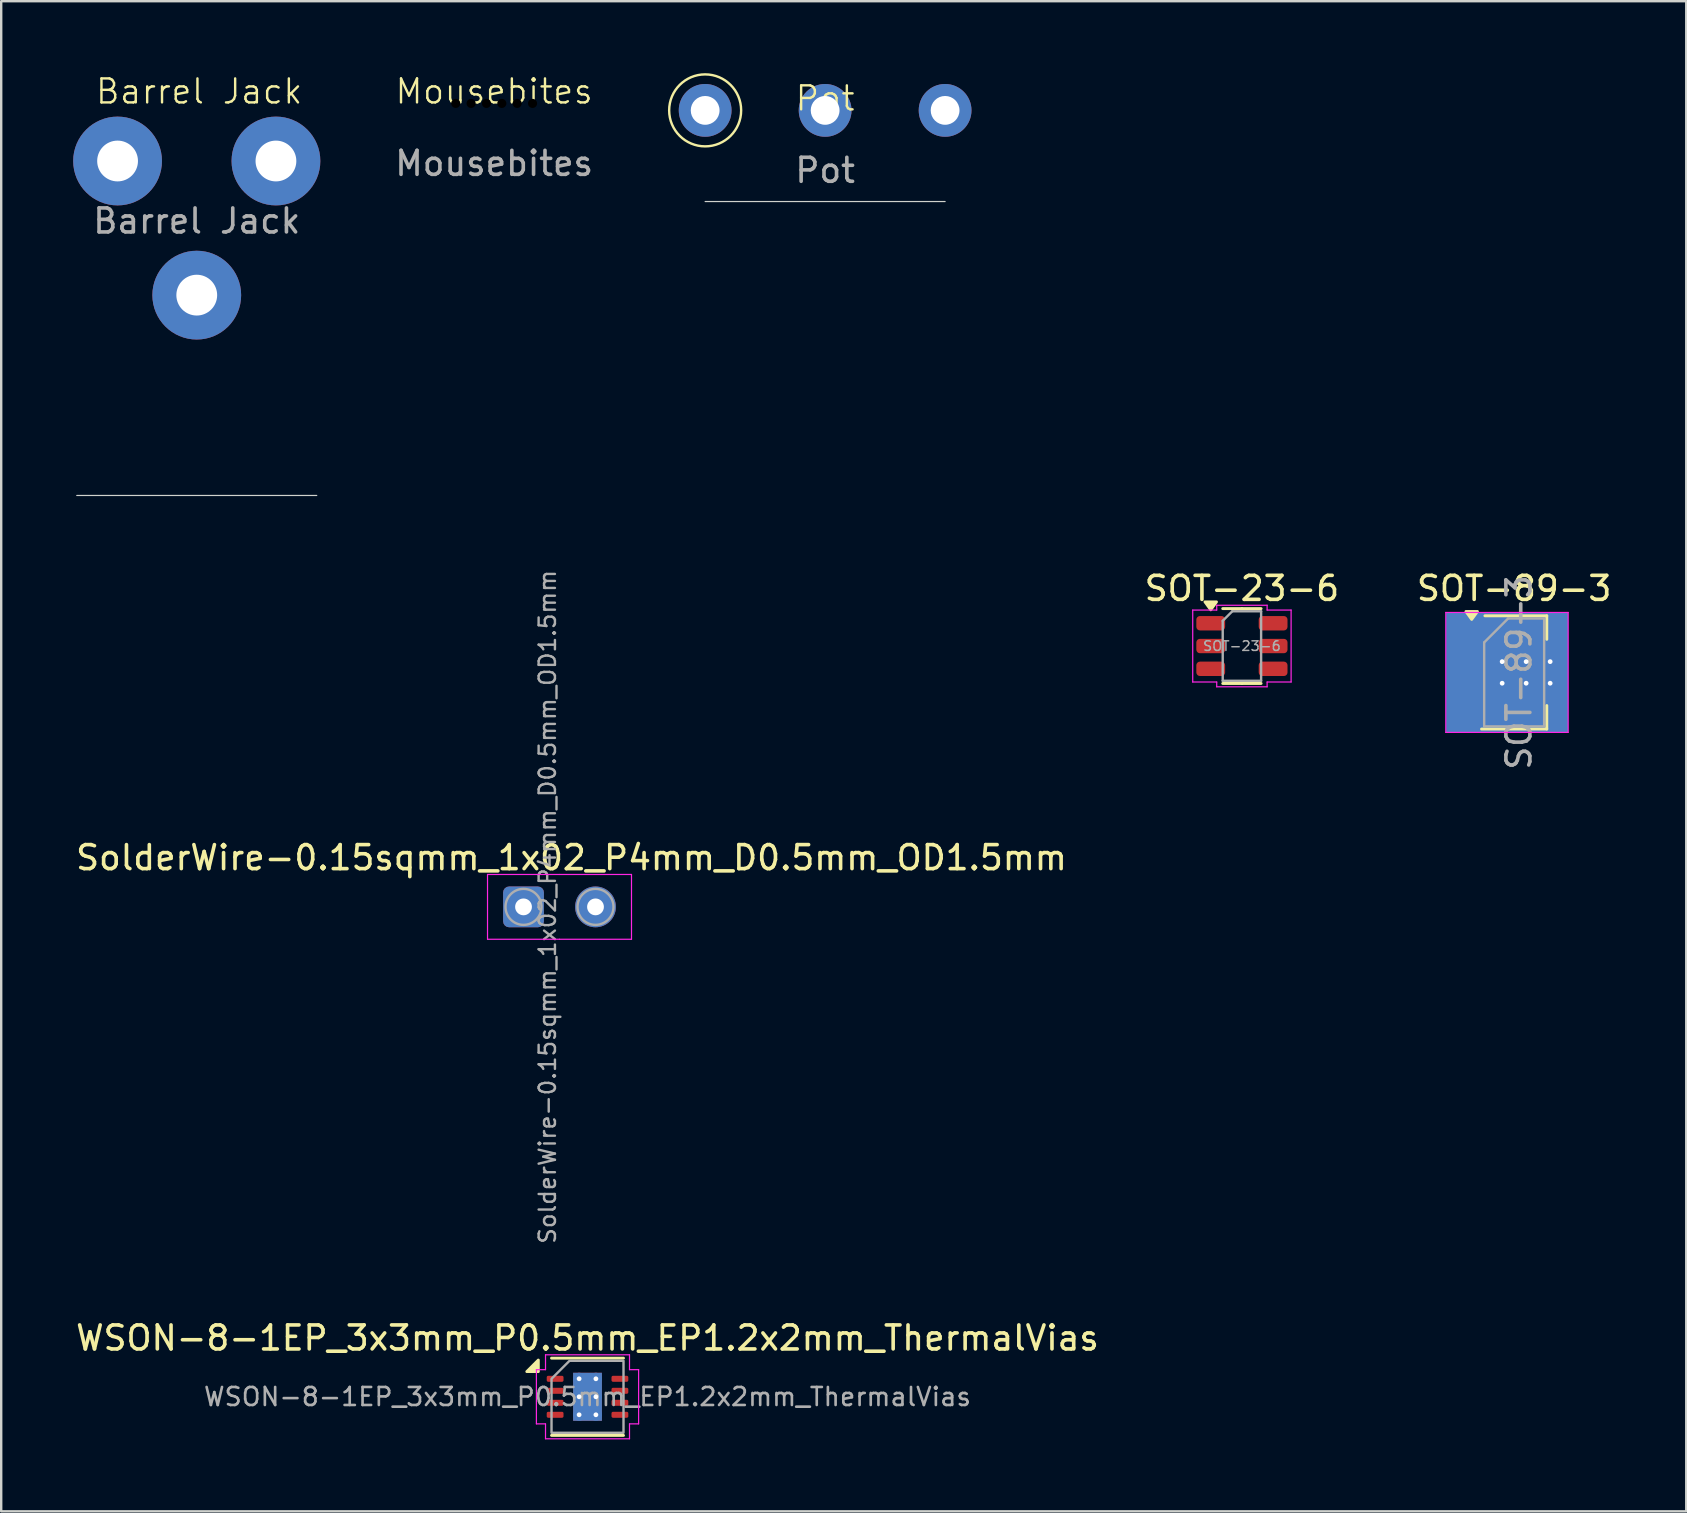
<source format=kicad_pcb>
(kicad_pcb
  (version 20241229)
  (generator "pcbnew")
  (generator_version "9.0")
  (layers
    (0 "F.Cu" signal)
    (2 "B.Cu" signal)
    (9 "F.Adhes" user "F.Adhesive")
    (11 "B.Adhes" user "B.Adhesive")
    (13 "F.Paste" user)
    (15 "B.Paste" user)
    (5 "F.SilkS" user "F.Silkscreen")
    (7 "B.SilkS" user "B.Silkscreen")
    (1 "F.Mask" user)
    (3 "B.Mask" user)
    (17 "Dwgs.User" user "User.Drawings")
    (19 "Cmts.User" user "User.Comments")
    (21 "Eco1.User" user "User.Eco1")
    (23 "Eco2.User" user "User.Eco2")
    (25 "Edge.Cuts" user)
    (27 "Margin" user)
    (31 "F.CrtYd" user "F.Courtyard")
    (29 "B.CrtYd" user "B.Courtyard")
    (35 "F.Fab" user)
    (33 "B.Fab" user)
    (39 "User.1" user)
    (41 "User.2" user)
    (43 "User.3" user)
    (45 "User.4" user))
  (footprint "Barrel Jack"
    (layer "F.Cu")
    (at 5.15 3.66)
    (property "Reference" "Barrel Jack" (at 0.1 -2.9 0) (unlocked yes) (layer "F.SilkS") (effects (font (size 1 1) (thickness 0.1))))
    (attr smd)
    (fp_line (start -5 13.94) (end 5 13.94) (stroke (width 0.05) (type default)) (layer "Edge.Cuts"))
    (fp_text user "${REFERENCE}" (at 0 2.5 0) (unlocked yes) (layer "F.Fab") (effects (font (size 1 1) (thickness 0.15))))
    (pad "1" thru_hole circle (at -3.3 0) (size 3.7 3.7) (drill 1.7) (layers "*.Cu" "*.Mask") (remove_unused_layers yes) (keep_end_layers yes) (zone_layer_connections))
    (pad "2" thru_hole circle (at 0 5.59) (size 3.7 3.7) (drill 1.7) (layers "*.Cu" "*.Mask") (remove_unused_layers yes) (keep_end_layers yes) (zone_layer_connections))
    (pad "3" thru_hole circle (at 3.3 0) (size 3.7 3.7) (drill 1.7) (layers "*.Cu" "*.Mask") (remove_unused_layers yes) (keep_end_layers yes) (zone_layer_connections)))
  (footprint "WSON-8-1EP_3x3mm_P0.5mm_EP1.2x2mm_ThermalVias"
    (layer "F.Cu")
    (at 21.435 55.162)
    (property "Reference" "WSON-8-1EP_3x3mm_P0.5mm_EP1.2x2mm_ThermalVias" (at 0 -2.45 0) (layer "F.SilkS") (effects (font (size 1 1) (thickness 0.15))))
    (attr smd)
    (fp_line (start -1.5 -1.61) (end 1.5 -1.61) (stroke (width 0.12) (type solid)) (layer "F.SilkS"))
    (fp_line (start -1.5 1.61) (end 1.5 1.61) (stroke (width 0.12) (type solid)) (layer "F.SilkS"))
    (fp_poly (pts (xy -2.05 -1.05) (xy -2.53 -1.05) (xy -2.05 -1.53)) (stroke (width 0.12) (type solid)) (fill yes) (layer "F.SilkS"))
    (fp_line (start -2.13 -1.13) (end -1.75 -1.13) (stroke (width 0.05) (type solid)) (layer "F.CrtYd"))
    (fp_line (start -2.13 1.13) (end -2.13 -1.13) (stroke (width 0.05) (type solid)) (layer "F.CrtYd"))
    (fp_line (start -1.75 -1.75) (end 1.75 -1.75) (stroke (width 0.05) (type solid)) (layer "F.CrtYd"))
    (fp_line (start -1.75 -1.13) (end -1.75 -1.75) (stroke (width 0.05) (type solid)) (layer "F.CrtYd"))
    (fp_line (start -1.75 1.13) (end -2.13 1.13) (stroke (width 0.05) (type solid)) (layer "F.CrtYd"))
    (fp_line (start -1.75 1.75) (end -1.75 1.13) (stroke (width 0.05) (type solid)) (layer "F.CrtYd"))
    (fp_line (start 1.75 -1.75) (end 1.75 -1.13) (stroke (width 0.05) (type solid)) (layer "F.CrtYd"))
    (fp_line (start 1.75 -1.13) (end 2.13 -1.13) (stroke (width 0.05) (type solid)) (layer "F.CrtYd"))
    (fp_line (start 1.75 1.13) (end 1.75 1.75) (stroke (width 0.05) (type solid)) (layer "F.CrtYd"))
    (fp_line (start 1.75 1.75) (end -1.75 1.75) (stroke (width 0.05) (type solid)) (layer "F.CrtYd"))
    (fp_line (start 2.13 -1.13) (end 2.13 1.13) (stroke (width 0.05) (type solid)) (layer "F.CrtYd"))
    (fp_line (start 2.13 1.13) (end 1.75 1.13) (stroke (width 0.05) (type solid)) (layer "F.CrtYd"))
    (fp_poly (pts (xy -1.5 -0.75) (xy -1.5 1.5) (xy 1.5 1.5) (xy 1.5 -1.5) (xy -0.75 -1.5)) (stroke (width 0.1) (type solid)) (fill no) (layer "F.Fab"))
    (fp_text user "${REFERENCE}" (at 0 0 0) (layer "F.Fab") (effects (font (size 0.75 0.75) (thickness 0.11))))
    (pad "" smd roundrect (at 0 -0.5) (size 1.04 0.87) (layers "F.Paste") (roundrect_rratio 0.25))
    (pad "" smd roundrect (at 0 0.5) (size 1.04 0.87) (layers "F.Paste") (roundrect_rratio 0.25))
    (pad "1" smd roundrect (at -1.35 -0.75) (size 0.7 0.25) (layers "F.Cu" "F.Mask" "F.Paste") (roundrect_rratio 0.25))
    (pad "2" smd roundrect (at -1.35 -0.25) (size 0.7 0.25) (layers "F.Cu" "F.Mask" "F.Paste") (roundrect_rratio 0.25))
    (pad "3" smd roundrect (at -1.35 0.25) (size 0.7 0.25) (layers "F.Cu" "F.Mask" "F.Paste") (roundrect_rratio 0.25))
    (pad "4" smd roundrect (at -1.35 0.75) (size 0.7 0.25) (layers "F.Cu" "F.Mask" "F.Paste") (roundrect_rratio 0.25))
    (pad "5" smd roundrect (at 1.35 0.75) (size 0.7 0.25) (layers "F.Cu" "F.Mask" "F.Paste") (roundrect_rratio 0.25))
    (pad "6" smd roundrect (at 1.35 0.25) (size 0.7 0.25) (layers "F.Cu" "F.Mask" "F.Paste") (roundrect_rratio 0.25))
    (pad "7" smd roundrect (at 1.35 -0.25) (size 0.7 0.25) (layers "F.Cu" "F.Mask" "F.Paste") (roundrect_rratio 0.25))
    (pad "8" smd roundrect (at 1.35 -0.75) (size 0.7 0.25) (layers "F.Cu" "F.Mask" "F.Paste") (roundrect_rratio 0.25))
    (pad "9" thru_hole circle (at -0.35 -0.75) (size 0.5 0.5) (drill 0.2) (property pad_prop_heatsink) (layers "*.Cu"))
    (pad "9" thru_hole circle (at -0.35 0) (size 0.5 0.5) (drill 0.2) (property pad_prop_heatsink) (layers "*.Cu"))
    (pad "9" thru_hole circle (at -0.35 0.75) (size 0.5 0.5) (drill 0.2) (property pad_prop_heatsink) (layers "*.Cu"))
    (pad "9" smd rect (at 0 0) (size 1.2 2) (property pad_prop_heatsink) (layers "F.Cu" "F.Mask"))
    (pad "9" smd rect (at 0 0) (size 1.2 2) (property pad_prop_heatsink) (layers "B.Cu"))
    (pad "9" thru_hole circle (at 0.35 -0.75) (size 0.5 0.5) (drill 0.2) (property pad_prop_heatsink) (layers "*.Cu"))
    (pad "9" thru_hole circle (at 0.35 0) (size 0.5 0.5) (drill 0.2) (property pad_prop_heatsink) (layers "*.Cu"))
    (pad "9" thru_hole circle (at 0.35 0.75) (size 0.5 0.5) (drill 0.2) (property pad_prop_heatsink) (layers "*.Cu")))
  (footprint "SOT-23-6"
    (layer "F.Cu")
    (at 48.708 23.874)
    (property "Reference" "SOT-23-6" (at 0 -2.4 0) (layer "F.SilkS") (effects (font (size 1 1) (thickness 0.15))))
    (attr smd)
    (fp_line (start 0 -1.56) (end -0.8 -1.56) (stroke (width 0.12) (type solid)) (layer "F.SilkS"))
    (fp_line (start 0 -1.56) (end 0.8 -1.56) (stroke (width 0.12) (type solid)) (layer "F.SilkS"))
    (fp_line (start 0 1.56) (end -0.8 1.56) (stroke (width 0.12) (type solid)) (layer "F.SilkS"))
    (fp_line (start 0 1.56) (end 0.8 1.56) (stroke (width 0.12) (type solid)) (layer "F.SilkS"))
    (fp_poly (pts (xy -1.3 -1.51) (xy -1.54 -1.84) (xy -1.06 -1.84)) (stroke (width 0.12) (type solid)) (fill yes) (layer "F.SilkS"))
    (fp_line (start -2.05 -1.5) (end -1.05 -1.5) (stroke (width 0.05) (type solid)) (layer "F.CrtYd"))
    (fp_line (start -2.05 1.5) (end -2.05 -1.5) (stroke (width 0.05) (type solid)) (layer "F.CrtYd"))
    (fp_line (start -1.05 -1.7) (end 1.05 -1.7) (stroke (width 0.05) (type solid)) (layer "F.CrtYd"))
    (fp_line (start -1.05 -1.5) (end -1.05 -1.7) (stroke (width 0.05) (type solid)) (layer "F.CrtYd"))
    (fp_line (start -1.05 1.5) (end -2.05 1.5) (stroke (width 0.05) (type solid)) (layer "F.CrtYd"))
    (fp_line (start -1.05 1.7) (end -1.05 1.5) (stroke (width 0.05) (type solid)) (layer "F.CrtYd"))
    (fp_line (start 1.05 -1.7) (end 1.05 -1.5) (stroke (width 0.05) (type solid)) (layer "F.CrtYd"))
    (fp_line (start 1.05 -1.5) (end 2.05 -1.5) (stroke (width 0.05) (type solid)) (layer "F.CrtYd"))
    (fp_line (start 1.05 1.5) (end 1.05 1.7) (stroke (width 0.05) (type solid)) (layer "F.CrtYd"))
    (fp_line (start 1.05 1.7) (end -1.05 1.7) (stroke (width 0.05) (type solid)) (layer "F.CrtYd"))
    (fp_line (start 2.05 -1.5) (end 2.05 1.5) (stroke (width 0.05) (type solid)) (layer "F.CrtYd"))
    (fp_line (start 2.05 1.5) (end 1.05 1.5) (stroke (width 0.05) (type solid)) (layer "F.CrtYd"))
    (fp_line (start -0.8 -1.05) (end -0.4 -1.45) (stroke (width 0.1) (type solid)) (layer "F.Fab"))
    (fp_line (start -0.8 1.45) (end -0.8 -1.05) (stroke (width 0.1) (type solid)) (layer "F.Fab"))
    (fp_line (start -0.4 -1.45) (end 0.8 -1.45) (stroke (width 0.1) (type solid)) (layer "F.Fab"))
    (fp_line (start 0.8 -1.45) (end 0.8 1.45) (stroke (width 0.1) (type solid)) (layer "F.Fab"))
    (fp_line (start 0.8 1.45) (end -0.8 1.45) (stroke (width 0.1) (type solid)) (layer "F.Fab"))
    (fp_text user "${REFERENCE}" (at 0 0 0) (layer "F.Fab") (effects (font (size 0.4 0.4) (thickness 0.06))))
    (pad "1" smd roundrect (at -1.3 -0.95) (size 1.2 0.6) (layers "F.Cu" "F.Mask" "F.Paste") (roundrect_rratio 0.25))
    (pad "2" smd roundrect (at -1.3 0) (size 1.2 0.6) (layers "F.Cu" "F.Mask" "F.Paste") (roundrect_rratio 0.25))
    (pad "3" smd roundrect (at -1.3 0.95) (size 1.2 0.6) (layers "F.Cu" "F.Mask" "F.Paste") (roundrect_rratio 0.25))
    (pad "4" smd roundrect (at 1.3 0.95) (size 1.2 0.6) (layers "F.Cu" "F.Mask" "F.Paste") (roundrect_rratio 0.25))
    (pad "5" smd roundrect (at 1.3 0) (size 1.2 0.6) (layers "F.Cu" "F.Mask" "F.Paste") (roundrect_rratio 0.25))
    (pad "6" smd roundrect (at 1.3 -0.95) (size 1.2 0.6) (layers "F.Cu" "F.Mask" "F.Paste") (roundrect_rratio 0.25)))
  (footprint "Pot"
    (layer "F.Cu")
    (at 31.338 1.55)
    (property "Reference" "Pot" (at 0 -0.5 0) (unlocked yes) (layer "F.SilkS") (effects (font (size 1 1) (thickness 0.1))))
    (attr smd)
    (fp_circle (center -5 0) (end -3.5 0) (stroke (width 0.1) (type default)) (fill no) (layer "F.SilkS"))
    (fp_line (start -5 3.8) (end 5 3.8) (stroke (width 0.05) (type default)) (layer "Edge.Cuts"))
    (fp_text user "${REFERENCE}" (at 0 2.5 0) (unlocked yes) (layer "F.Fab") (effects (font (size 1 1) (thickness 0.15))))
    (pad "1" thru_hole circle (at -5 0) (size 2.2 2.2) (drill 1.2) (layers "*.Cu" "F.Mask" "F.Paste"))
    (pad "2" thru_hole circle (at 0 0) (size 2.2 2.2) (drill 1.2) (layers "*.Cu" "F.Mask" "F.Paste"))
    (pad "3" thru_hole circle (at 5 0) (size 2.2 2.2) (drill 1.2) (layers "*.Cu" "F.Mask" "F.Paste")))
  (footprint "SolderWire-0.15sqmm_1x02_P4mm_D0.5mm_OD1.5mm"
    (layer "F.Cu")
    (at 18.768 34.745)
    (property "Reference" "SolderWire-0.15sqmm_1x02_P4mm_D0.5mm_OD1.5mm" (at 2 -2.05 180) (layer "F.SilkS") (effects (font (size 1 1) (thickness 0.15))))
    (attr exclude_from_pos_files)
    (fp_line (start -1.5 -1.35) (end -1.5 1.35) (stroke (width 0.05) (type solid)) (layer "F.CrtYd"))
    (fp_line (start -1.5 1.35) (end 1.5 1.35) (stroke (width 0.05) (type solid)) (layer "F.CrtYd"))
    (fp_line (start 1.5 -1.35) (end -1.5 -1.35) (stroke (width 0.05) (type solid)) (layer "F.CrtYd"))
    (fp_line (start 1.5 1.35) (end 4.5 1.35) (stroke (width 0.05) (type solid)) (layer "F.CrtYd"))
    (fp_line (start 4.5 -1.35) (end 1.5 -1.35) (stroke (width 0.05) (type solid)) (layer "F.CrtYd"))
    (fp_line (start 4.5 1.35) (end 4.5 -1.35) (stroke (width 0.05) (type solid)) (layer "F.CrtYd"))
    (fp_circle (center 0 0) (end 0.75 0) (stroke (width 0.1) (type solid)) (fill no) (layer "F.Fab"))
    (fp_circle (center 3 0) (end 3.75 0) (stroke (width 0.1) (type solid)) (fill no) (layer "F.Fab"))
    (fp_text user "${REFERENCE}" (at 1 0 270) (layer "F.Fab") (effects (font (size 0.68 0.68) (thickness 0.1))))
    (pad "1" thru_hole roundrect (at 0 0) (size 1.7 1.7) (drill 0.7) (layers "*.Cu" "*.Mask") (roundrect_rratio 0.147))
    (pad "2" thru_hole circle (at 3 0) (size 1.7 1.7) (drill 0.7) (layers "*.Cu" "*.Mask")))
  (footprint "SOT-89-3"
    (layer "F.Cu")
    (at 60.054 24.974)
    (property "Reference" "SOT-89-3" (at 0 -3.5 0) (layer "F.SilkS") (effects (font (size 1 1) (thickness 0.15))))
    (attr smd)
    (fp_line (start -1.22 -2.36) (end 1.36 -2.36) (stroke (width 0.12) (type solid)) (layer "F.SilkS"))
    (fp_line (start 1.36 -1.38) (end 1.36 -2.36) (stroke (width 0.12) (type solid)) (layer "F.SilkS"))
    (fp_line (start 1.36 1.38) (end 1.36 2.36) (stroke (width 0.12) (type solid)) (layer "F.SilkS"))
    (fp_line (start 1.36 2.36) (end -1.36 2.36) (stroke (width 0.12) (type solid)) (layer "F.SilkS"))
    (fp_poly (pts (xy -1.77 -2.21) (xy -2.01 -2.54) (xy -1.53 -2.54) (xy -1.77 -2.21)) (stroke (width 0.12) (type solid)) (fill yes) (layer "F.SilkS"))
    (fp_line (start -2.85 2.5) (end -2.85 -2.5) (stroke (width 0.05) (type solid)) (layer "F.CrtYd"))
    (fp_line (start -2.85 2.5) (end 2.25 2.5) (stroke (width 0.05) (type solid)) (layer "F.CrtYd"))
    (fp_line (start 2.25 -2.5) (end -2.85 -2.5) (stroke (width 0.05) (type solid)) (layer "F.CrtYd"))
    (fp_line (start 2.25 -2.5) (end 2.25 2.5) (stroke (width 0.05) (type solid)) (layer "F.CrtYd"))
    (fp_line (start -1.25 -1.25) (end -0.25 -2.25) (stroke (width 0.1) (type solid)) (layer "F.Fab"))
    (fp_line (start -1.25 2.25) (end -1.25 -1.25) (stroke (width 0.1) (type solid)) (layer "F.Fab"))
    (fp_line (start -0.25 -2.25) (end 1.25 -2.25) (stroke (width 0.1) (type solid)) (layer "F.Fab"))
    (fp_line (start 1.25 -2.25) (end 1.25 2.25) (stroke (width 0.1) (type solid)) (layer "F.Fab"))
    (fp_line (start 1.25 2.25) (end -1.25 2.25) (stroke (width 0.1) (type solid)) (layer "F.Fab"))
    (fp_text user "${REFERENCE}" (at 0.2 0 90) (layer "F.Fab") (effects (font (size 1 1) (thickness 0.15))))
    (pad "1" smd roundrect (at -1.95 -1.5) (size 1.3 0.9) (layers "F.Cu" "F.Mask" "F.Paste") (roundrect_rratio 0.25))
    (pad "2" smd custom (at -1.863 0) (size 1.475 0.9) (layers "F.Cu" "F.Mask" "F.Paste") (options (anchor rect)) (primitives (gr_poly (pts (xy 3.862 0.867) (xy 0.738 0.867) (xy 0.738 -0.867) (xy 3.862 -0.867)) (width 0) (fill yes))))
    (pad "2" thru_hole circle (at -0.5 -0.45) (size 0.5 0.5) (drill 0.2) (layers "*.Cu") (remove_unused_layers yes) (zone_layer_connections))
    (pad "2" thru_hole circle (at -0.5 0.45) (size 0.5 0.5) (drill 0.2) (layers "*.Cu") (remove_unused_layers yes) (zone_layer_connections))
    (pad "2" smd rect (at -0.294 0) (size 5.088 5) (layers "B.Cu"))
    (pad "2" thru_hole circle (at 0.5 -0.45) (size 0.5 0.5) (drill 0.2) (layers "*.Cu") (remove_unused_layers yes) (zone_layer_connections))
    (pad "2" thru_hole circle (at 0.5 0.45) (size 0.5 0.5) (drill 0.2) (layers "*.Cu") (remove_unused_layers yes) (zone_layer_connections))
    (pad "2" thru_hole circle (at 1.5 -0.45) (size 0.5 0.5) (drill 0.2) (layers "*.Cu") (remove_unused_layers yes) (zone_layer_connections))
    (pad "2" thru_hole circle (at 1.5 0.45) (size 0.5 0.5) (drill 0.2) (layers "*.Cu") (remove_unused_layers yes) (zone_layer_connections))
    (pad "3" smd roundrect (at -1.95 1.5) (size 1.3 0.9) (layers "F.Cu" "F.Mask" "F.Paste") (roundrect_rratio 0.25)))
  (footprint "Mousebites"
    (layer "F.Cu")
    (at 17.544 1.26)
    (property "Reference" "Mousebites" (at 0 -0.5 0) (unlocked yes) (layer "F.SilkS") (effects (font (size 1 1) (thickness 0.1))))
    (attr smd)
    (fp_text user "${REFERENCE}" (at 0 2.5 0) (unlocked yes) (layer "F.Fab") (effects (font (size 1 1) (thickness 0.15))))
    (pad "" np_thru_hole circle (at -1.6 0) (size 0.38 0.38) (drill 0.38) (layers))
    (pad "" np_thru_hole circle (at -0.96 0) (size 0.38 0.38) (drill 0.38) (layers))
    (pad "" np_thru_hole circle (at -0.32 0) (size 0.38 0.38) (drill 0.38) (layers))
    (pad "" np_thru_hole circle (at 0.32 0) (size 0.38 0.38) (drill 0.38) (layers))
    (pad "" np_thru_hole circle (at 0.96 0) (size 0.38 0.38) (drill 0.38) (layers))
    (pad "" np_thru_hole circle (at 1.6 0) (size 0.38 0.38) (drill 0.38) (layers)))
  (gr_rect
    (start -3 -3)
    (end 67.226 59.937)
    (stroke (width 0.1) (type default))
    (fill no)
    (layer "Edge.Cuts")))
</source>
